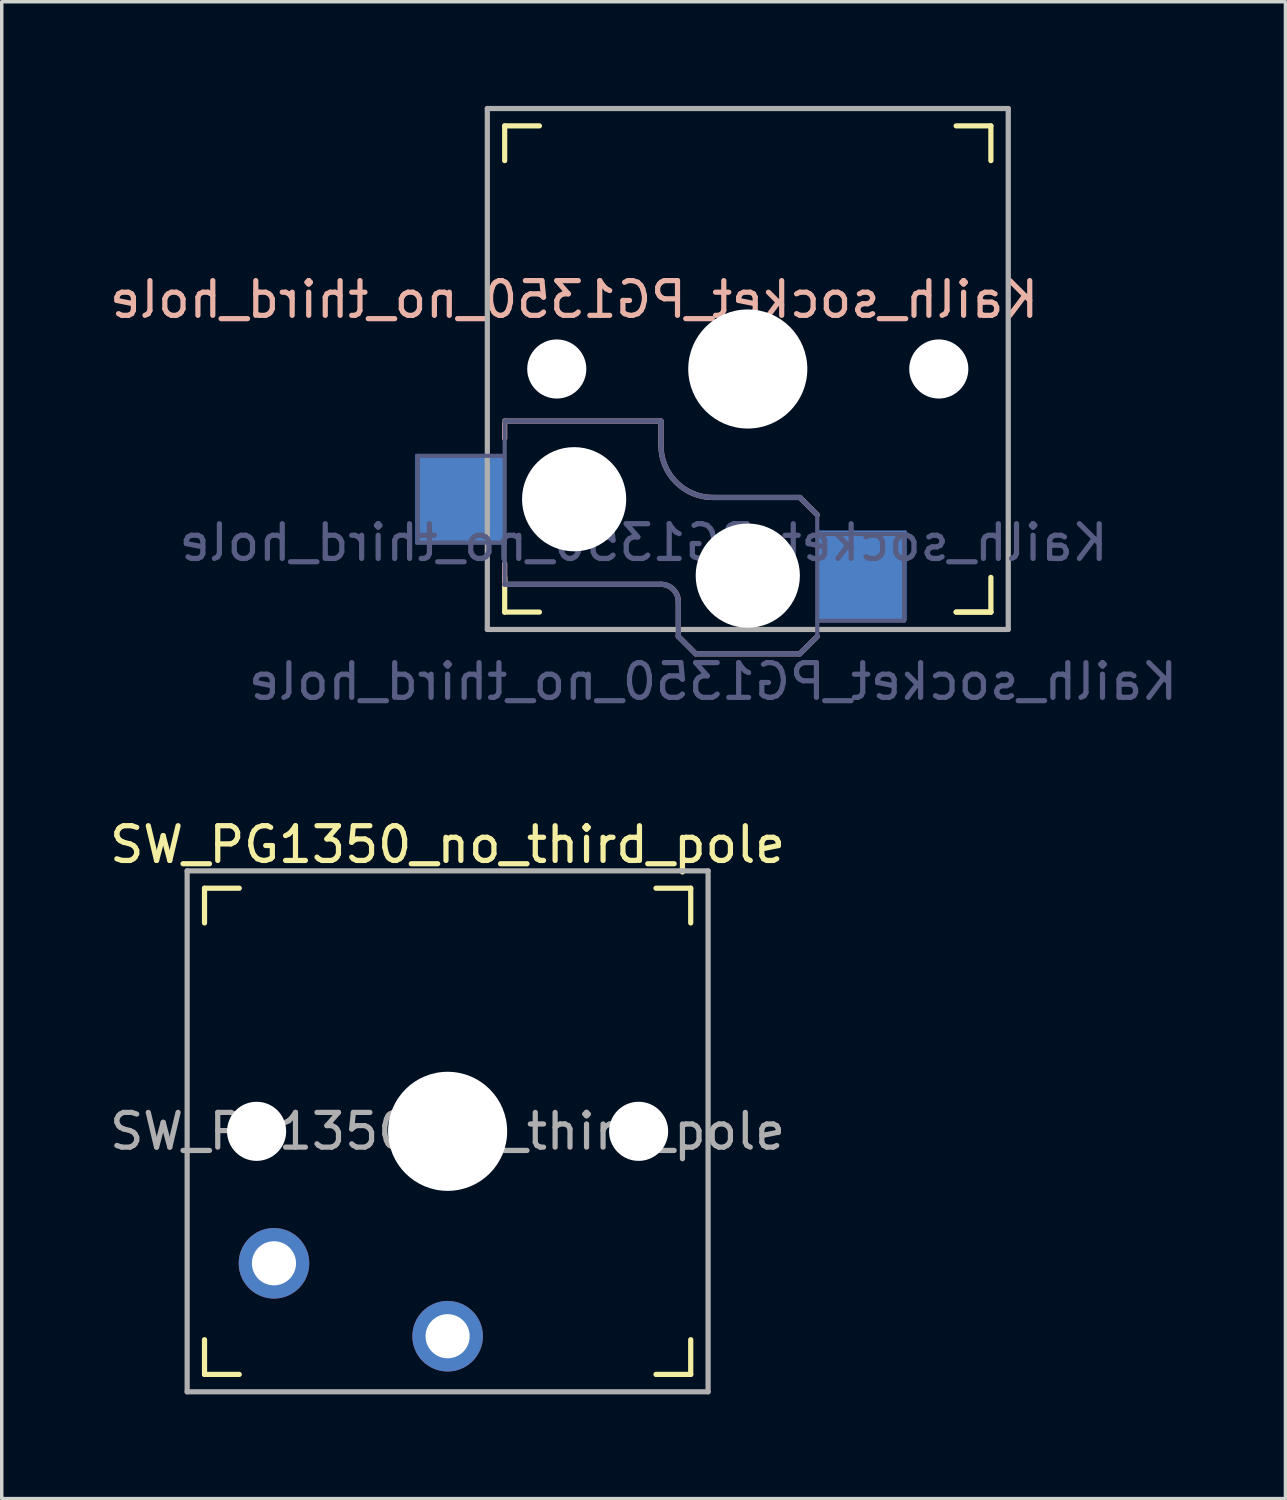
<source format=kicad_pcb>
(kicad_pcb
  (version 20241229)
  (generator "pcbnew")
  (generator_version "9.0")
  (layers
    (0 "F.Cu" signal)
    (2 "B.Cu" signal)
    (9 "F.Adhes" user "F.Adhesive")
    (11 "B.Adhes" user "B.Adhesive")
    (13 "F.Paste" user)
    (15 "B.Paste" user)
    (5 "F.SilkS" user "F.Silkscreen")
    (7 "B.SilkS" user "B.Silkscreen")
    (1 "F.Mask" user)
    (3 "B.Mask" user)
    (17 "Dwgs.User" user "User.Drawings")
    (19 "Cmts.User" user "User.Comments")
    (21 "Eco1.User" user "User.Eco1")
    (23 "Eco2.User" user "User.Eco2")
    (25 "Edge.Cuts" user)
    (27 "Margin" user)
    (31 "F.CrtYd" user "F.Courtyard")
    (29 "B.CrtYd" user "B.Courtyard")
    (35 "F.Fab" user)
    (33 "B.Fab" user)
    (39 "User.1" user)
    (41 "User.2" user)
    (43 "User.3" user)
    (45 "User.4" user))
  (footprint "SW_PG1350_no_third_pole"
    (layer "F.Cu")
    (at 9.839 29.526)
    (property "Reference" "SW_PG1350_no_third_pole" (at 0 -8.255 0) (layer "F.SilkS") (effects (font (size 1 1) (thickness 0.15))))
    (attr through_hole)
    (fp_line (start -7 -6) (end -7 -7) (stroke (width 0.15) (type solid)) (layer "F.SilkS"))
    (fp_line (start -7 7) (end -7 6) (stroke (width 0.15) (type solid)) (layer "F.SilkS"))
    (fp_line (start -7 7) (end -6 7) (stroke (width 0.15) (type solid)) (layer "F.SilkS"))
    (fp_line (start -6 -7) (end -7 -7) (stroke (width 0.15) (type solid)) (layer "F.SilkS"))
    (fp_line (start 6 7) (end 7 7) (stroke (width 0.15) (type solid)) (layer "F.SilkS"))
    (fp_line (start 7 -7) (end 6 -7) (stroke (width 0.15) (type solid)) (layer "F.SilkS"))
    (fp_line (start 7 -7) (end 7 -6) (stroke (width 0.15) (type solid)) (layer "F.SilkS"))
    (fp_line (start 7 6) (end 7 7) (stroke (width 0.15) (type solid)) (layer "F.SilkS"))
    (fp_line (start -6.9 6.9) (end -6.9 -6.9) (stroke (width 0.15) (type solid)) (layer "Eco2.User"))
    (fp_line (start -6.9 6.9) (end 6.9 6.9) (stroke (width 0.15) (type solid)) (layer "Eco2.User"))
    (fp_line (start -2.6 -3.1) (end -2.6 -6.3) (stroke (width 0.15) (type solid)) (layer "Eco2.User"))
    (fp_line (start -2.6 -3.1) (end 2.6 -3.1) (stroke (width 0.15) (type solid)) (layer "Eco2.User"))
    (fp_line (start 2.6 -6.3) (end -2.6 -6.3) (stroke (width 0.15) (type solid)) (layer "Eco2.User"))
    (fp_line (start 2.6 -3.1) (end 2.6 -6.3) (stroke (width 0.15) (type solid)) (layer "Eco2.User"))
    (fp_line (start 6.9 -6.9) (end -6.9 -6.9) (stroke (width 0.15) (type solid)) (layer "Eco2.User"))
    (fp_line (start 6.9 -6.9) (end 6.9 6.9) (stroke (width 0.15) (type solid)) (layer "Eco2.User"))
    (fp_line (start -7.5 -7.5) (end 7.5 -7.5) (stroke (width 0.15) (type solid)) (layer "F.Fab"))
    (fp_line (start -7.5 7.5) (end -7.5 -7.5) (stroke (width 0.15) (type solid)) (layer "F.Fab"))
    (fp_line (start 7.5 -7.5) (end 7.5 7.5) (stroke (width 0.15) (type solid)) (layer "F.Fab"))
    (fp_line (start 7.5 7.5) (end -7.5 7.5) (stroke (width 0.15) (type solid)) (layer "F.Fab"))
    (fp_text user "${REFERENCE}" (at 0 0 0) (layer "F.Fab") (effects (font (size 1 1) (thickness 0.15))))
    (pad "" np_thru_hole circle (at -5.5 0) (size 1.702 1.702) (drill 1.702) (layers "*.Cu" "*.Mask"))
    (pad "" np_thru_hole circle (at 0 0) (size 3.429 3.429) (drill 3.429) (layers "*.Cu" "*.Mask"))
    (pad "" np_thru_hole circle (at 5.5 0) (size 1.702 1.702) (drill 1.702) (layers "*.Cu" "*.Mask"))
    (pad "1" thru_hole circle (at 0 5.9) (size 2.032 2.032) (drill 1.27) (layers "*.Cu" "*.Mask"))
    (pad "2" thru_hole circle (at -5 3.8) (size 2.032 2.032) (drill 1.27) (layers "*.Cu" "*.Mask")))
  (footprint "Kailh_socket_PG1350_no_third_hole"
    (layer "F.Cu")
    (at 18.482 7.575)
    (property "Reference" "Kailh_socket_PG1350_no_third_hole" (at -5 -2 0) (layer "B.SilkS") (effects (font (size 1 1) (thickness 0.15)) (justify mirror)))
    (property "Value" "Kailh_socket_PG1350_no_third_hole" (at 0 8.255 0) (layer "F.Fab") (hide yes) (effects (font (size 1 1) (thickness 0.15))))
    (attr smd)
    (fp_line (start -7 -6) (end -7 -7) (stroke (width 0.15) (type solid)) (layer "F.SilkS"))
    (fp_line (start -7 7) (end -7 6) (stroke (width 0.15) (type solid)) (layer "F.SilkS"))
    (fp_line (start -7 7) (end -6 7) (stroke (width 0.15) (type solid)) (layer "F.SilkS"))
    (fp_line (start -6 -7) (end -7 -7) (stroke (width 0.15) (type solid)) (layer "F.SilkS"))
    (fp_line (start 6 7) (end 7 7) (stroke (width 0.15) (type solid)) (layer "F.SilkS"))
    (fp_line (start 7 -7) (end 6 -7) (stroke (width 0.15) (type solid)) (layer "F.SilkS"))
    (fp_line (start 7 -7) (end 7 -6) (stroke (width 0.15) (type solid)) (layer "F.SilkS"))
    (fp_line (start 7 6) (end 7 7) (stroke (width 0.15) (type solid)) (layer "F.SilkS"))
    (fp_line (start 7 7) (end 6 7) (stroke (width 0.15) (type solid)) (layer "F.SilkS"))
    (fp_line (start -7 1.5) (end -7 2) (stroke (width 0.15) (type solid)) (layer "B.SilkS"))
    (fp_line (start -7 5.6) (end -7 6.2) (stroke (width 0.15) (type solid)) (layer "B.SilkS"))
    (fp_line (start -7 6.2) (end -2.5 6.2) (stroke (width 0.15) (type solid)) (layer "B.SilkS"))
    (fp_line (start -2.5 1.5) (end -7 1.5) (stroke (width 0.15) (type solid)) (layer "B.SilkS"))
    (fp_line (start -2.5 2.2) (end -2.5 1.5) (stroke (width 0.15) (type solid)) (layer "B.SilkS"))
    (fp_line (start -2 6.7) (end -2 7.7) (stroke (width 0.15) (type solid)) (layer "B.SilkS"))
    (fp_line (start -1.5 8.2) (end -2 7.7) (stroke (width 0.15) (type solid)) (layer "B.SilkS"))
    (fp_line (start 1.5 3.7) (end -1 3.7) (stroke (width 0.15) (type solid)) (layer "B.SilkS"))
    (fp_line (start 1.5 8.2) (end -1.5 8.2) (stroke (width 0.15) (type solid)) (layer "B.SilkS"))
    (fp_line (start 2 4.2) (end 1.5 3.7) (stroke (width 0.15) (type solid)) (layer "B.SilkS"))
    (fp_line (start 2 7.7) (end 1.5 8.2) (stroke (width 0.15) (type solid)) (layer "B.SilkS"))
    (fp_arc (start -2.5 6.2) (mid -2.146447 6.346447) (end -2 6.7) (stroke (width 0.15) (type solid)) (layer "B.SilkS"))
    (fp_arc (start -1 3.7) (mid -2.06066 3.26066) (end -2.5 2.2) (stroke (width 0.15) (type solid)) (layer "B.SilkS"))
    (fp_line (start -6.9 6.9) (end -6.9 -6.9) (stroke (width 0.15) (type solid)) (layer "Eco2.User"))
    (fp_line (start -6.9 6.9) (end 6.9 6.9) (stroke (width 0.15) (type solid)) (layer "Eco2.User"))
    (fp_line (start -2.6 -3.1) (end -2.6 -6.3) (stroke (width 0.15) (type solid)) (layer "Eco2.User"))
    (fp_line (start -2.6 -3.1) (end 2.6 -3.1) (stroke (width 0.15) (type solid)) (layer "Eco2.User"))
    (fp_line (start 2.6 -6.3) (end -2.6 -6.3) (stroke (width 0.15) (type solid)) (layer "Eco2.User"))
    (fp_line (start 2.6 -3.1) (end 2.6 -6.3) (stroke (width 0.15) (type solid)) (layer "Eco2.User"))
    (fp_line (start 6.9 -6.9) (end -6.9 -6.9) (stroke (width 0.15) (type solid)) (layer "Eco2.User"))
    (fp_line (start 6.9 -6.9) (end 6.9 6.9) (stroke (width 0.15) (type solid)) (layer "Eco2.User"))
    (fp_line (start -9.5 2.5) (end -7 2.5) (stroke (width 0.12) (type solid)) (layer "B.Fab"))
    (fp_line (start -9.5 5) (end -9.5 2.5) (stroke (width 0.12) (type solid)) (layer "B.Fab"))
    (fp_line (start -7 1.5) (end -7 6.2) (stroke (width 0.12) (type solid)) (layer "B.Fab"))
    (fp_line (start -7 5) (end -9.5 5) (stroke (width 0.12) (type solid)) (layer "B.Fab"))
    (fp_line (start -7 6.2) (end -2.5 6.2) (stroke (width 0.15) (type solid)) (layer "B.Fab"))
    (fp_line (start -2.5 1.5) (end -7 1.5) (stroke (width 0.15) (type solid)) (layer "B.Fab"))
    (fp_line (start -2.5 2.2) (end -2.5 1.5) (stroke (width 0.15) (type solid)) (layer "B.Fab"))
    (fp_line (start -2 6.7) (end -2 7.7) (stroke (width 0.15) (type solid)) (layer "B.Fab"))
    (fp_line (start -1.5 8.2) (end -2 7.7) (stroke (width 0.15) (type solid)) (layer "B.Fab"))
    (fp_line (start 1.5 3.7) (end -1 3.7) (stroke (width 0.15) (type solid)) (layer "B.Fab"))
    (fp_line (start 1.5 8.2) (end -1.5 8.2) (stroke (width 0.15) (type solid)) (layer "B.Fab"))
    (fp_line (start 2 4.2) (end 1.5 3.7) (stroke (width 0.15) (type solid)) (layer "B.Fab"))
    (fp_line (start 2 4.25) (end 2 7.7) (stroke (width 0.12) (type solid)) (layer "B.Fab"))
    (fp_line (start 2 4.75) (end 4.5 4.75) (stroke (width 0.12) (type solid)) (layer "B.Fab"))
    (fp_line (start 2 7.7) (end 1.5 8.2) (stroke (width 0.15) (type solid)) (layer "B.Fab"))
    (fp_line (start 4.5 4.75) (end 4.5 7.25) (stroke (width 0.12) (type solid)) (layer "B.Fab"))
    (fp_line (start 4.5 7.25) (end 2 7.25) (stroke (width 0.12) (type solid)) (layer "B.Fab"))
    (fp_arc (start -2.5 6.2) (mid -2.146447 6.346447) (end -2 6.7) (stroke (width 0.15) (type solid)) (layer "B.Fab"))
    (fp_arc (start -1 3.7) (mid -2.06066 3.26066) (end -2.5 2.2) (stroke (width 0.15) (type solid)) (layer "B.Fab"))
    (fp_line (start -7.5 -7.5) (end 7.5 -7.5) (stroke (width 0.15) (type solid)) (layer "F.Fab"))
    (fp_line (start -7.5 7.5) (end -7.5 -7.5) (stroke (width 0.15) (type solid)) (layer "F.Fab"))
    (fp_line (start 7.5 -7.5) (end 7.5 7.5) (stroke (width 0.15) (type solid)) (layer "F.Fab"))
    (fp_line (start 7.5 7.5) (end -7.5 7.5) (stroke (width 0.15) (type solid)) (layer "F.Fab"))
    (fp_text user "${REFERENCE}" (at -3 5 0) (layer "B.Fab") (effects (font (size 1 1) (thickness 0.15)) (justify mirror)))
    (fp_text user "${VALUE}" (at -1 9 0) (layer "B.Fab") (effects (font (size 1 1) (thickness 0.15)) (justify mirror)))
    (pad "" np_thru_hole circle (at -5.5 0) (size 1.702 1.702) (drill 1.702) (layers "*.Cu" "*.Mask"))
    (pad "" np_thru_hole circle (at -5 3.75) (size 3 3) (drill 3) (layers "*.Cu" "*.Mask"))
    (pad "" np_thru_hole circle (at 0 0) (size 3.429 3.429) (drill 3.429) (layers "*.Cu" "*.Mask"))
    (pad "" np_thru_hole circle (at 0 5.95) (size 3 3) (drill 3) (layers "*.Cu" "*.Mask"))
    (pad "" np_thru_hole circle (at 5.5 0) (size 1.702 1.702) (drill 1.702) (layers "*.Cu" "*.Mask"))
    (pad "1" smd rect (at 3.275 5.95) (size 2.6 2.6) (layers "B.Cu" "B.Mask" "B.Paste"))
    (pad "2" smd rect (at -8.275 3.75) (size 2.6 2.6) (layers "B.Cu" "B.Mask" "B.Paste")))
  (gr_rect
    (start -3 -3)
    (end 33.964 40.102)
    (stroke (width 0.1) (type default))
    (fill no)
    (layer "Edge.Cuts")))
</source>
